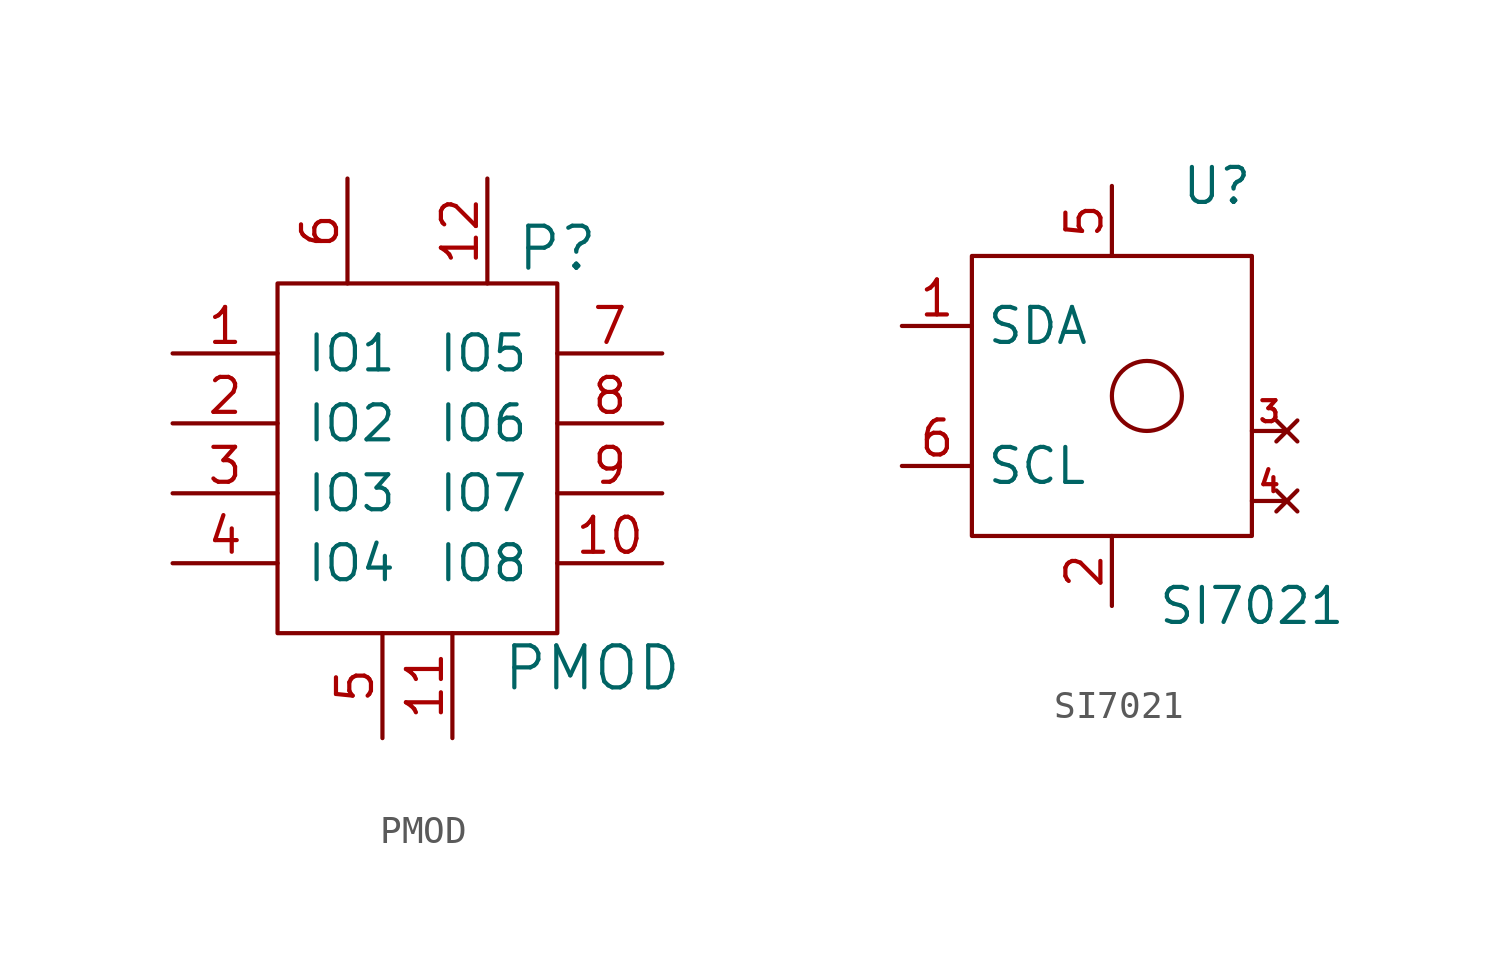
<source format=kicad_sym>
(kicad_symbol_lib
  (version 20211014)
  (generator kicad_symbol_editor)
  (symbol "PMOD"
    (pin_names
      (offset 1.016))
    (property "Reference" "P"
      (at 5.08 7.62 0)
      (effects (font (size 1.524 1.524))))
    (property "Value" "PMOD"
      (at 6.35 -7.62 0)
      (effects (font (size 1.524 1.524))))
    (property "Footprint" ""
      (at 0 0 0)
      (effects (font (size 1.524 1.524))))
    (property "Datasheet" ""
      (at 0 0 0)
      (effects (font (size 1.524 1.524))))
    (symbol "PMOD_0_1"
      (rectangle (start -5.08 6.35) (end 5.08 -6.35) (stroke (width 0) (type default) (color 0 0 0 0)) (fill (type none))))
    (symbol "PMOD_1_1"
      (pin bidirectional line (at -8.89 3.81 0) (length 3.81) (name "IO1" (effects (font (size 1.27 1.27)))) (number "1" (effects (font (size 1.27 1.27)))))
      (pin bidirectional line (at 8.89 -3.81 180) (length 3.81) (name "IO8" (effects (font (size 1.27 1.27)))) (number "10" (effects (font (size 1.27 1.27)))))
      (pin power_in line (at 1.27 -10.16 90) (length 3.81) (name "~" (effects (font (size 1.27 1.27)))) (number "11" (effects (font (size 1.27 1.27)))))
      (pin power_in line (at 2.54 10.16 270) (length 3.81) (name "~" (effects (font (size 1.27 1.27)))) (number "12" (effects (font (size 1.27 1.27)))))
      (pin bidirectional line (at -8.89 1.27 0) (length 3.81) (name "IO2" (effects (font (size 1.27 1.27)))) (number "2" (effects (font (size 1.27 1.27)))))
      (pin bidirectional line (at -8.89 -1.27 0) (length 3.81) (name "IO3" (effects (font (size 1.27 1.27)))) (number "3" (effects (font (size 1.27 1.27)))))
      (pin bidirectional line (at -8.89 -3.81 0) (length 3.81) (name "IO4" (effects (font (size 1.27 1.27)))) (number "4" (effects (font (size 1.27 1.27)))))
      (pin power_in line (at -1.27 -10.16 90) (length 3.81) (name "~" (effects (font (size 1.27 1.27)))) (number "5" (effects (font (size 1.27 1.27)))))
      (pin power_in line (at -2.54 10.16 270) (length 3.81) (name "~" (effects (font (size 1.27 1.27)))) (number "6" (effects (font (size 1.27 1.27)))))
      (pin bidirectional line (at 8.89 3.81 180) (length 3.81) (name "IO5" (effects (font (size 1.27 1.27)))) (number "7" (effects (font (size 1.27 1.27)))))
      (pin bidirectional line (at 8.89 1.27 180) (length 3.81) (name "IO6" (effects (font (size 1.27 1.27)))) (number "8" (effects (font (size 1.27 1.27)))))
      (pin bidirectional line (at 8.89 -1.27 180) (length 3.81) (name "IO7" (effects (font (size 1.27 1.27)))) (number "9" (effects (font (size 1.27 1.27)))))))
  (symbol "SI7021"
    (property "Reference" "U"
      (at 3.81 7.62 0)
      (effects (font (size 1.27 1.27))))
    (property "Value" "SI7021"
      (at 5.08 -7.62 0)
      (effects (font (size 1.27 1.27))))
    (symbol "SI7021_0_1"
      (rectangle (start -5.08 5.08) (end 5.08 -5.08) (stroke (width 0) (type default) (color 0 0 0 0)) (fill (type none)))
      (circle (center 1.27 0) (radius 1.27) (stroke (width 0) (type default) (color 0 0 0 0)) (fill (type none))))
    (symbol "SI7021_1_1"
      (pin open_collector line (at -7.62 2.54 0) (length 2.54) (name "SDA" (effects (font (size 1.27 1.27)))) (number "1" (effects (font (size 1.27 1.27)))))
      (pin power_in line (at 0 -7.62 90) (length 2.54) (name "~" (effects (font (size 1.27 1.27)))) (number "2" (effects (font (size 1.27 1.27)))))
      (pin no_connect line (at 6.35 -1.27 180) (length 1.27) (name "~" (effects (font (size 1.27 1.27)))) (number "3" (effects (font (size 0.762 0.762)))))
      (pin no_connect line (at 6.35 -3.81 180) (length 1.27) (name "~" (effects (font (size 1.27 1.27)))) (number "4" (effects (font (size 0.762 0.762)))))
      (pin power_in line (at 0 7.62 270) (length 2.54) (name "~" (effects (font (size 1.27 1.27)))) (number "5" (effects (font (size 1.27 1.27)))))
      (pin open_collector line (at -7.62 -2.54 0) (length 2.54) (name "SCL" (effects (font (size 1.27 1.27)))) (number "6" (effects (font (size 1.27 1.27))))))))
</source>
